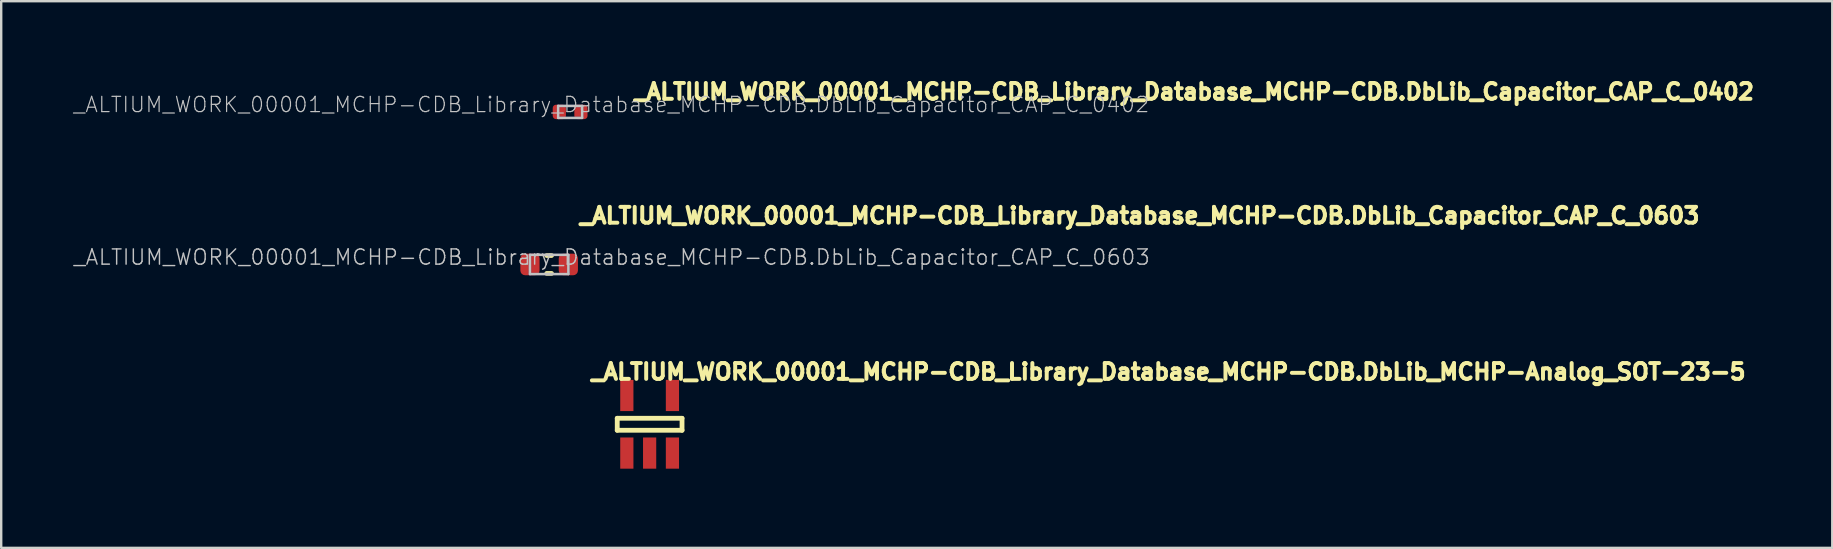
<source format=kicad_pcb>
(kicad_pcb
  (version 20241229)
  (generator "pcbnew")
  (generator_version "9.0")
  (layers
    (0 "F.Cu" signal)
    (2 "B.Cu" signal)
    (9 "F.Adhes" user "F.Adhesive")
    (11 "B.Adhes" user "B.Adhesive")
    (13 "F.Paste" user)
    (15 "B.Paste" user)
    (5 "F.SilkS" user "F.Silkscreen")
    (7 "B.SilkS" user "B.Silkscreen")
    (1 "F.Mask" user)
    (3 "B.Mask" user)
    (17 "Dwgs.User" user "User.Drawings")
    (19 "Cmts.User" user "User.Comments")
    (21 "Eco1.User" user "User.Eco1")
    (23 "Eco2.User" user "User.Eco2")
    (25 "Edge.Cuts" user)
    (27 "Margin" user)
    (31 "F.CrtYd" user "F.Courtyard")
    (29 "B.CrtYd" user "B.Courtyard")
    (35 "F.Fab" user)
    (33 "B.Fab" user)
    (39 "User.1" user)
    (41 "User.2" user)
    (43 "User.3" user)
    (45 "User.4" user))
  (footprint "_ALTIUM_WORK_00001_MCHP-CDB_Library_Database_MCHP-CDB.DbLib_Capacitor_CAP_C_0603"
    (layer "F.Cu")
    (at 19.832 7.97)
    (property "Reference" "_ALTIUM_WORK_00001_MCHP-CDB_Library_Database_MCHP-CDB.DbLib_Capacitor_CAP_C_0603" (at 1.194 -1.651 0) (unlocked yes) (layer "F.SilkS") (effects (font (size 0.66 0.66) (thickness 0.254) (bold yes)) (justify left bottom)))
    (fp_line (start -0.1 -0.375) (end 0.1 -0.375) (stroke (width 0.2) (type solid)) (layer "F.SilkS"))
    (fp_line (start -0.1 0.375) (end 0.1 0.375) (stroke (width 0.2) (type solid)) (layer "F.SilkS"))
    (fp_line (start -0.8 -0.4) (end 0.8 -0.4) (stroke (width 0.1) (type solid)) (layer "Dwgs.User"))
    (fp_line (start -0.8 0.4) (end -0.8 -0.4) (stroke (width 0.1) (type solid)) (layer "Dwgs.User"))
    (fp_line (start -0.8 0.4) (end 0.8 0.4) (stroke (width 0.1) (type solid)) (layer "Dwgs.User"))
    (fp_line (start 0.8 0.4) (end 0.8 -0.4) (stroke (width 0.1) (type solid)) (layer "Dwgs.User"))
    (fp_line (start -1.4 -0.65) (end 1.4 -0.65) (stroke (width 0.1) (type solid)) (layer "Eco1.User"))
    (fp_line (start -1.4 0.65) (end -1.4 -0.65) (stroke (width 0.1) (type solid)) (layer "Eco1.User"))
    (fp_line (start -1.4 0.65) (end 1.4 0.65) (stroke (width 0.1) (type solid)) (layer "Eco1.User"))
    (fp_line (start -0.2 -0.21) (end -0.1 -0.31) (stroke (width 0.1) (type solid)) (layer "Eco1.User"))
    (fp_line (start -0.2 0.19) (end -0.2 -0.21) (stroke (width 0.1) (type solid)) (layer "Eco1.User"))
    (fp_line (start -0.1 -0.31) (end 0.1 -0.31) (stroke (width 0.1) (type solid)) (layer "Eco1.User"))
    (fp_line (start -0.1 0.29) (end -0.2 0.19) (stroke (width 0.1) (type solid)) (layer "Eco1.User"))
    (fp_line (start -0.1 0.29) (end 0.1 0.29) (stroke (width 0.1) (type solid)) (layer "Eco1.User"))
    (fp_line (start 0.1 0.29) (end 0.2 0.19) (stroke (width 0.1) (type solid)) (layer "Eco1.User"))
    (fp_line (start 0.2 -0.21) (end 0.1 -0.31) (stroke (width 0.1) (type solid)) (layer "Eco1.User"))
    (fp_line (start 1.4 0.65) (end 1.4 -0.65) (stroke (width 0.1) (type solid)) (layer "Eco1.User"))
    (fp_line (start -0.8 -0.4) (end 0.8 -0.4) (stroke (width 0.1) (type solid)) (layer "B.Fab"))
    (fp_line (start -0.8 0.4) (end -0.8 -0.4) (stroke (width 0.1) (type solid)) (layer "B.Fab"))
    (fp_line (start -0.8 0.4) (end 0.8 0.4) (stroke (width 0.1) (type solid)) (layer "B.Fab"))
    (fp_line (start 0.8 0.4) (end 0.8 -0.4) (stroke (width 0.1) (type solid)) (layer "B.Fab"))
    (fp_text user "${REFERENCE}" (at 2.616 -0.305 0) (unlocked yes) (layer "Dwgs.User") (effects (font (size 0.635 0.635) (thickness 0.06) (bold yes))))
    (pad "1" smd roundrect (at -0.8 0 270) (size 0.9 0.8) (layers "F.Cu" "F.Mask" "F.Paste") (roundrect_rratio 0.25))
    (pad "2" smd roundrect (at 0.8 0 270) (size 0.9 0.8) (layers "F.Cu" "F.Mask" "F.Paste") (roundrect_rratio 0.25)))
  (footprint "_ALTIUM_WORK_00001_MCHP-CDB_Library_Database_MCHP-CDB.DbLib_MCHP-Analog_SOT-23-5"
    (layer "F.Cu")
    (at 24.019 14.629)
    (property "Reference" "_ALTIUM_WORK_00001_MCHP-CDB_Library_Database_MCHP-CDB.DbLib_MCHP-Analog_SOT-23-5" (at -2.515 -1.803 0) (unlocked yes) (layer "F.SilkS") (effects (font (size 0.66 0.66) (thickness 0.254) (bold yes)) (justify left bottom)))
    (fp_line (start -1.35 -0.25) (end -1.35 0.25) (stroke (width 0.2) (type solid)) (layer "F.SilkS"))
    (fp_line (start -1.35 -0.25) (end 1.35 -0.25) (stroke (width 0.2) (type solid)) (layer "F.SilkS"))
    (fp_line (start -1.35 0.25) (end 1.35 0.25) (stroke (width 0.2) (type solid)) (layer "F.SilkS"))
    (fp_line (start 1.35 -0.25) (end 1.35 0.25) (stroke (width 0.2) (type solid)) (layer "F.SilkS"))
    (fp_line (start -1.7 -2.1) (end -1.7 2.1) (stroke (width 0.1) (type solid)) (layer "Eco1.User"))
    (fp_line (start -1.7 -2.1) (end 1.7 -2.1) (stroke (width 0.1) (type solid)) (layer "Eco1.User"))
    (fp_line (start -1.7 2.1) (end 1.7 2.1) (stroke (width 0.1) (type solid)) (layer "Eco1.User"))
    (fp_line (start -0.5 0) (end 0.5 0) (stroke (width 0.1) (type solid)) (layer "Eco1.User"))
    (fp_line (start 0.000003 -0.5) (end 0.000003 0.5) (stroke (width 0.1) (type solid)) (layer "Eco1.User"))
    (fp_line (start 1.7 -2.1) (end 1.7 2.1) (stroke (width 0.1) (type solid)) (layer "Eco1.User"))
    (fp_line (start -1.346 -0.584) (end -1.346 0.584) (stroke (width 0.1) (type solid)) (layer "Eco2.User"))
    (fp_line (start -1.346 -0.584) (end 1.346 -0.584) (stroke (width 0.1) (type solid)) (layer "Eco2.User"))
    (fp_line (start -1.346 0.584) (end 1.346 0.584) (stroke (width 0.1) (type solid)) (layer "Eco2.User"))
    (fp_line (start -1.13 0.584) (end -1.13 1.168) (stroke (width 0.1) (type solid)) (layer "Eco2.User"))
    (fp_line (start -1.13 1.168) (end -0.775 1.168) (stroke (width 0.1) (type solid)) (layer "Eco2.User"))
    (fp_line (start -1.125 -1.168) (end -1.125 -0.584) (stroke (width 0.1) (type solid)) (layer "Eco2.User"))
    (fp_line (start -1.125 -1.168) (end -0.77 -1.168) (stroke (width 0.1) (type solid)) (layer "Eco2.User"))
    (fp_line (start -0.775 0.584) (end -0.775 1.168) (stroke (width 0.1) (type solid)) (layer "Eco2.User"))
    (fp_line (start -0.77 -1.168) (end -0.77 -0.584) (stroke (width 0.1) (type solid)) (layer "Eco2.User"))
    (fp_line (start -0.18 0.584) (end -0.18 1.168) (stroke (width 0.1) (type solid)) (layer "Eco2.User"))
    (fp_line (start -0.18 1.168) (end 0.175 1.168) (stroke (width 0.1) (type solid)) (layer "Eco2.User"))
    (fp_line (start 0.175 0.584) (end 0.175 1.168) (stroke (width 0.1) (type solid)) (layer "Eco2.User"))
    (fp_line (start 0.77 0.584) (end 0.77 1.168) (stroke (width 0.1) (type solid)) (layer "Eco2.User"))
    (fp_line (start 0.77 1.168) (end 1.125 1.168) (stroke (width 0.1) (type solid)) (layer "Eco2.User"))
    (fp_line (start 0.775 -1.168) (end 0.775 -0.584) (stroke (width 0.1) (type solid)) (layer "Eco2.User"))
    (fp_line (start 0.775 -1.168) (end 1.13 -1.168) (stroke (width 0.1) (type solid)) (layer "Eco2.User"))
    (fp_line (start 1.125 0.584) (end 1.125 1.168) (stroke (width 0.1) (type solid)) (layer "Eco2.User"))
    (fp_line (start 1.13 -1.168) (end 1.13 -0.584) (stroke (width 0.1) (type solid)) (layer "Eco2.User"))
    (fp_line (start 1.346 -0.584) (end 1.346 0.584) (stroke (width 0.1) (type solid)) (layer "Eco2.User"))
    (fp_text user "1" (at -1.5 1.25 0) (unlocked yes) (layer "Eco2.User") (effects (font (size 0.5 0.5) (thickness 0.1)) (justify left bottom)))
    (fp_text user "${REFERENCE}" (at -0.737 0.406 0) (unlocked yes) (layer "Eco2.User") (effects (font (size 0.635 0.635) (thickness 0.152) (bold yes))))
    (pad "1" smd rect (at -0.95 1.2 180) (size 0.55 1.3) (layers "F.Cu" "F.Mask" "F.Paste"))
    (pad "2" smd rect (at 0.000003 1.2 180) (size 0.55 1.3) (layers "F.Cu" "F.Mask" "F.Paste"))
    (pad "3" smd rect (at 0.95 1.2 180) (size 0.55 1.3) (layers "F.Cu" "F.Mask" "F.Paste"))
    (pad "4" smd rect (at 0.95 -1.2 180) (size 0.55 1.3) (layers "F.Cu" "F.Mask" "F.Paste"))
    (pad "5" smd rect (at -0.95 -1.2 180) (size 0.55 1.3) (layers "F.Cu" "F.Mask" "F.Paste")))
  (footprint "_ALTIUM_WORK_00001_MCHP-CDB_Library_Database_MCHP-CDB.DbLib_Capacitor_CAP_C_0402"
    (layer "F.Cu")
    (at 20.706 1.613)
    (property "Reference" "_ALTIUM_WORK_00001_MCHP-CDB_Library_Database_MCHP-CDB.DbLib_Capacitor_CAP_C_0402" (at 2.591 -0.457 0) (unlocked yes) (layer "F.SilkS") (effects (font (size 0.66 0.66) (thickness 0.254) (bold yes)) (justify left bottom)))
    (fp_line (start -0.5 -0.25) (end 0.5 -0.25) (stroke (width 0.1) (type solid)) (layer "Dwgs.User"))
    (fp_line (start -0.5 0.25) (end -0.5 -0.25) (stroke (width 0.1) (type solid)) (layer "Dwgs.User"))
    (fp_line (start -0.5 0.25) (end 0.5 0.25) (stroke (width 0.1) (type solid)) (layer "Dwgs.User"))
    (fp_line (start 0.5 0.25) (end 0.5 -0.25) (stroke (width 0.1) (type solid)) (layer "Dwgs.User"))
    (fp_line (start -0.95 -0.5) (end 0.95 -0.5) (stroke (width 0.1) (type solid)) (layer "Eco1.User"))
    (fp_line (start -0.95 0.5) (end -0.95 -0.5) (stroke (width 0.1) (type solid)) (layer "Eco1.User"))
    (fp_line (start -0.95 0.5) (end 0.95 0.5) (stroke (width 0.1) (type solid)) (layer "Eco1.User"))
    (fp_line (start -0.2 -0.21) (end -0.1 -0.31) (stroke (width 0.1) (type solid)) (layer "Eco1.User"))
    (fp_line (start -0.2 0.18) (end -0.2 -0.21) (stroke (width 0.1) (type solid)) (layer "Eco1.User"))
    (fp_line (start -0.11 0.29) (end -0.2 0.18) (stroke (width 0.1) (type solid)) (layer "Eco1.User"))
    (fp_line (start -0.11 0.29) (end 0.1 0.29) (stroke (width 0.1) (type solid)) (layer "Eco1.User"))
    (fp_line (start -0.1 -0.31) (end 0.1 -0.31) (stroke (width 0.1) (type solid)) (layer "Eco1.User"))
    (fp_line (start 0.1 0.29) (end 0.2 0.19) (stroke (width 0.1) (type solid)) (layer "Eco1.User"))
    (fp_line (start 0.2 -0.21) (end 0.1 -0.31) (stroke (width 0.1) (type solid)) (layer "Eco1.User"))
    (fp_line (start 0.95 0.5) (end 0.95 -0.5) (stroke (width 0.1) (type solid)) (layer "Eco1.User"))
    (fp_line (start -0.5 -0.25) (end 0.5 -0.25) (stroke (width 0.1) (type solid)) (layer "B.Fab"))
    (fp_line (start -0.5 0.25) (end -0.5 -0.25) (stroke (width 0.1) (type solid)) (layer "B.Fab"))
    (fp_line (start -0.5 0.25) (end 0.5 0.25) (stroke (width 0.1) (type solid)) (layer "B.Fab"))
    (fp_line (start 0.5 0.25) (end 0.5 -0.25) (stroke (width 0.1) (type solid)) (layer "B.Fab"))
    (fp_text user "${REFERENCE}" (at 1.727 -0.305 0) (unlocked yes) (layer "Dwgs.User") (effects (font (size 0.635 0.635) (thickness 0.05) (bold yes))))
    (pad "1" smd roundrect (at -0.45 0 180) (size 0.55 0.6) (layers "F.Cu" "F.Mask" "F.Paste") (roundrect_rratio 0.25))
    (pad "2" smd roundrect (at 0.45 0 180) (size 0.55 0.6) (layers "F.Cu" "F.Mask" "F.Paste") (roundrect_rratio 0.25)))
  (gr_rect
    (start -3 -3)
    (end 73.297 19.779)
    (stroke (width 0.1) (type default))
    (fill no)
    (layer "Edge.Cuts")))
</source>
